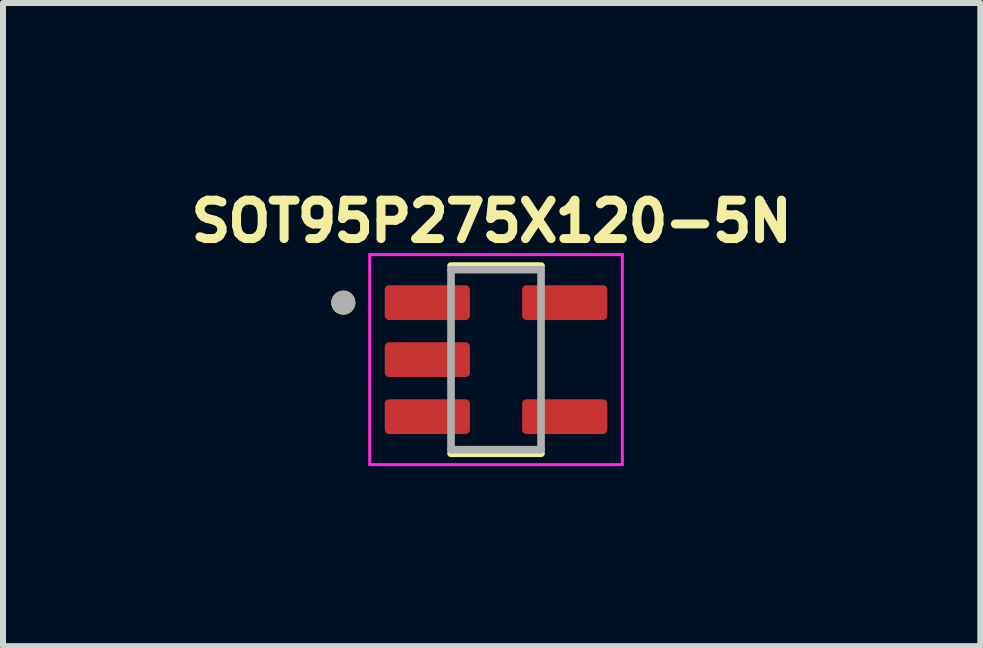
<source format=kicad_pcb>
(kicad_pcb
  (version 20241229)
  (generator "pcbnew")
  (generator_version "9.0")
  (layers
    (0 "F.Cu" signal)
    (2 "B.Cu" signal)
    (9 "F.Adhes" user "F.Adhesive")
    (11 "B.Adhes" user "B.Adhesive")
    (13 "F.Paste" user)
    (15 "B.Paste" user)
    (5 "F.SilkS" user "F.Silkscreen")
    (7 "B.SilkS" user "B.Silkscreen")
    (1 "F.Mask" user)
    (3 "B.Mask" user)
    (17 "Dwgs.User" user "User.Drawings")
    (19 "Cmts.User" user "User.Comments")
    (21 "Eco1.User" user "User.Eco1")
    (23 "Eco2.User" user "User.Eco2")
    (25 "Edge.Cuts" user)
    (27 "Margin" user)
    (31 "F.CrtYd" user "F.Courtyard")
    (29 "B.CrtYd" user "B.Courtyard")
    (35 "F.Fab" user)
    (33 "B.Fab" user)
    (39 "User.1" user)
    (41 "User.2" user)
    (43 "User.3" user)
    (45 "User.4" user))
  (footprint "SOT95P275X120-5N"
    (layer "F.Cu")
    (at 5.217 2.944)
    (property "Reference" "SOT95P275X120-5N" (at -0.073 -2.306 0) (layer "F.SilkS") (effects (font (size 0.64 0.64) (thickness 0.15))))
    (attr smd)
    (fp_line (start -0.75 -1.56) (end 0.75 -1.56) (stroke (width 0.127) (type solid)) (layer "F.SilkS"))
    (fp_line (start 0.75 1.56) (end -0.75 1.56) (stroke (width 0.127) (type solid)) (layer "F.SilkS"))
    (fp_circle (center -2.545 -0.95) (end -2.445 -0.95) (stroke (width 0.2) (type solid)) (fill no) (layer "F.SilkS"))
    (fp_line (start -2.105 -1.75) (end -2.105 1.75) (stroke (width 0.05) (type solid)) (layer "F.CrtYd"))
    (fp_line (start -2.105 1.75) (end 2.105 1.75) (stroke (width 0.05) (type solid)) (layer "F.CrtYd"))
    (fp_line (start 2.105 -1.75) (end -2.105 -1.75) (stroke (width 0.05) (type solid)) (layer "F.CrtYd"))
    (fp_line (start 2.105 1.75) (end 2.105 -1.75) (stroke (width 0.05) (type solid)) (layer "F.CrtYd"))
    (fp_line (start -0.75 -1.5) (end 0.75 -1.5) (stroke (width 0.127) (type solid)) (layer "F.Fab"))
    (fp_line (start -0.75 1.5) (end -0.75 -1.5) (stroke (width 0.127) (type solid)) (layer "F.Fab"))
    (fp_line (start 0.75 -1.5) (end 0.75 1.5) (stroke (width 0.127) (type solid)) (layer "F.Fab"))
    (fp_line (start 0.75 1.5) (end -0.75 1.5) (stroke (width 0.127) (type solid)) (layer "F.Fab"))
    (fp_circle (center -2.545 -0.95) (end -2.445 -0.95) (stroke (width 0.2) (type solid)) (fill no) (layer "F.Fab"))
    (pad "1" smd roundrect (at -1.145 -0.95) (size 1.42 0.58) (layers "F.Cu" "F.Mask" "F.Paste") (roundrect_rratio 0.125))
    (pad "2" smd roundrect (at -1.145 0) (size 1.42 0.58) (layers "F.Cu" "F.Mask" "F.Paste") (roundrect_rratio 0.125))
    (pad "3" smd roundrect (at -1.145 0.95) (size 1.42 0.58) (layers "F.Cu" "F.Mask" "F.Paste") (roundrect_rratio 0.125))
    (pad "4" smd roundrect (at 1.145 0.95) (size 1.42 0.58) (layers "F.Cu" "F.Mask" "F.Paste") (roundrect_rratio 0.125))
    (pad "5" smd roundrect (at 1.145 -0.95) (size 1.42 0.58) (layers "F.Cu" "F.Mask" "F.Paste") (roundrect_rratio 0.125)))
  (gr_rect
    (start -3 -3)
    (end 13.288 7.719)
    (stroke (width 0.1) (type default))
    (fill no)
    (layer "Edge.Cuts")))
</source>
